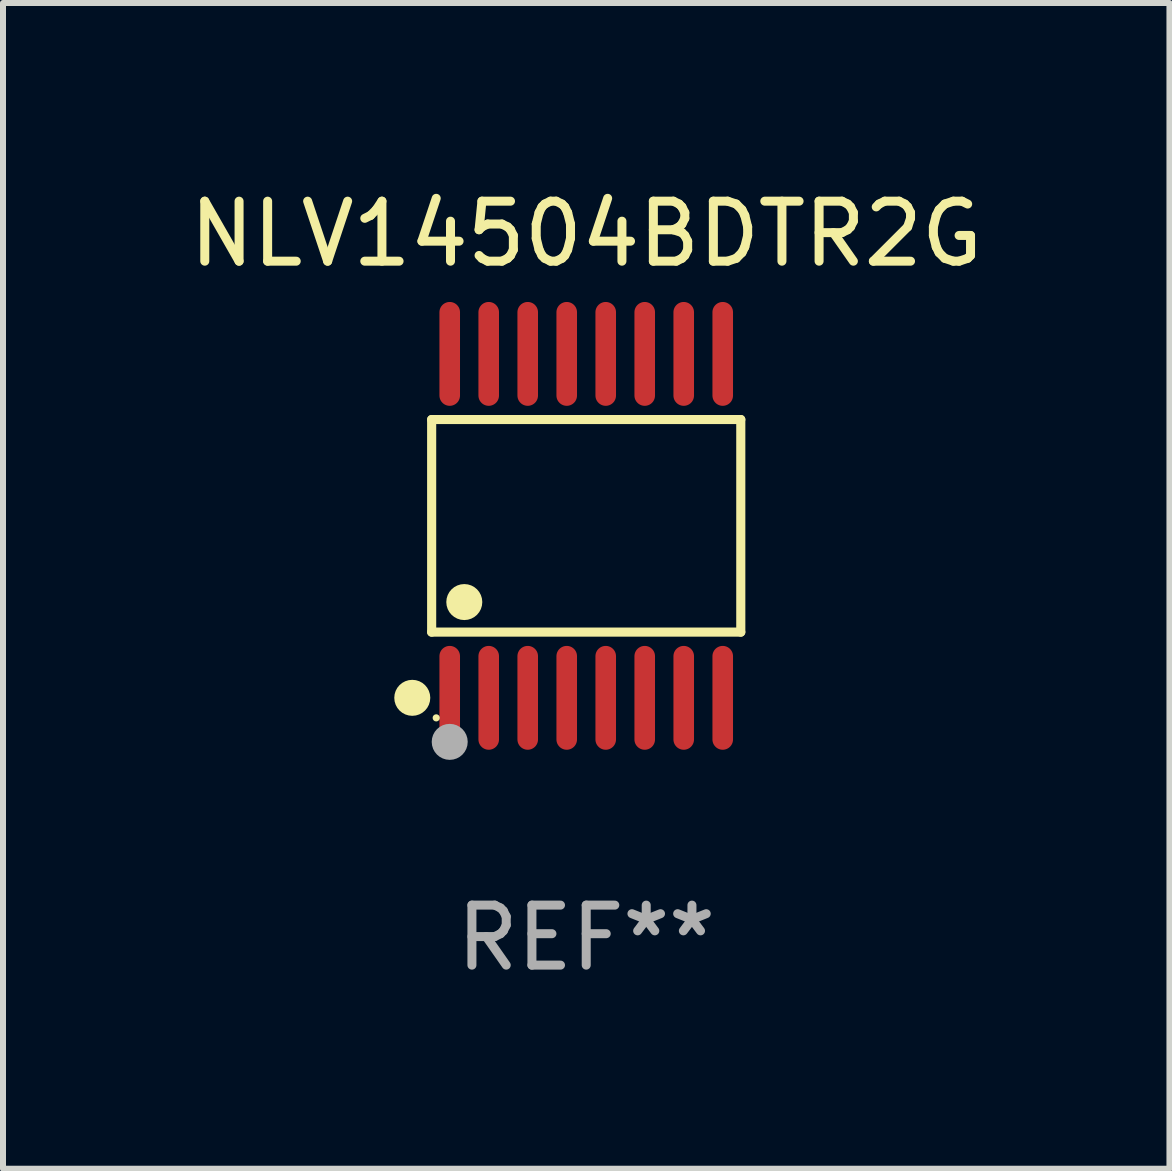
<source format=kicad_pcb>
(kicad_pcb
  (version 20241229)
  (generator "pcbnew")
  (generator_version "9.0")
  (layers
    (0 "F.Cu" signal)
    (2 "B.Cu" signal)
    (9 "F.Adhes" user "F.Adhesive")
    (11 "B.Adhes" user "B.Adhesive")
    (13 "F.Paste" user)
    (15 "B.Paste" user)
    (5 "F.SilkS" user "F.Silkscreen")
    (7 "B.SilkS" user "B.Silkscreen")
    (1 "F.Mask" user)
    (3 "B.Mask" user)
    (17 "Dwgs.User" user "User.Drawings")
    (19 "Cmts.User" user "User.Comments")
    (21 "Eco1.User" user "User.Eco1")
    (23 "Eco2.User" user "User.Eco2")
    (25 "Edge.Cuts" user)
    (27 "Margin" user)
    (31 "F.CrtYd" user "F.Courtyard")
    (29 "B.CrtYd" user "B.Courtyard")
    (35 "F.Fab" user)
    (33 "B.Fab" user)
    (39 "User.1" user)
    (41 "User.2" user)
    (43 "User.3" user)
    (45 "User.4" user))
  (footprint "NLV14504BDTR2G"
    (layer "F.Cu")
    (at 6.72 5.714)
    (property "Reference" "NLV14504BDTR2G" (at 0 -4.866 0) (layer "F.SilkS") (effects (font (size 1 1) (thickness 0.15))))
    (attr through_hole)
    (fp_line (start -2.576 -1.772) (end 2.576 -1.772) (stroke (width 0.152) (type solid)) (layer "F.SilkS"))
    (fp_line (start -2.576 1.771) (end -2.576 -1.772) (stroke (width 0.152) (type solid)) (layer "F.SilkS"))
    (fp_line (start 2.576 -1.772) (end 2.576 1.771) (stroke (width 0.152) (type solid)) (layer "F.SilkS"))
    (fp_line (start 2.576 1.771) (end -2.576 1.771) (stroke (width 0.152) (type solid)) (layer "F.SilkS"))
    (fp_circle (center -2.899 2.866) (end -2.749 2.866) (stroke (width 0.3) (type solid)) (fill no) (layer "F.SilkS"))
    (fp_circle (center -2.5 3.2) (end -2.47 3.2) (stroke (width 0.06) (type solid)) (fill no) (layer "F.SilkS"))
    (fp_circle (center -2.032 1.27) (end -1.882 1.27) (stroke (width 0.3) (type solid)) (fill no) (layer "F.SilkS"))
    (fp_circle (center -2.275 3.6) (end -2.125 3.6) (stroke (width 0.3) (type solid)) (fill no) (layer "F.Fab"))
    (fp_text user "REF**" (at 0 6.866 0) (layer "F.Fab") (effects (font (size 1 1) (thickness 0.15))))
    (pad "1" smd oval (at -2.275 2.866) (size 0.343 1.731) (layers "F.Cu" "F.Mask" "F.Paste"))
    (pad "2" smd oval (at -1.625 2.866) (size 0.343 1.731) (layers "F.Cu" "F.Mask" "F.Paste"))
    (pad "3" smd oval (at -0.975 2.866) (size 0.343 1.731) (layers "F.Cu" "F.Mask" "F.Paste"))
    (pad "4" smd oval (at -0.325 2.866) (size 0.343 1.731) (layers "F.Cu" "F.Mask" "F.Paste"))
    (pad "5" smd oval (at 0.325 2.866) (size 0.343 1.731) (layers "F.Cu" "F.Mask" "F.Paste"))
    (pad "6" smd oval (at 0.975 2.866) (size 0.343 1.731) (layers "F.Cu" "F.Mask" "F.Paste"))
    (pad "7" smd oval (at 1.625 2.866) (size 0.343 1.731) (layers "F.Cu" "F.Mask" "F.Paste"))
    (pad "8" smd oval (at 2.275 2.866) (size 0.343 1.731) (layers "F.Cu" "F.Mask" "F.Paste"))
    (pad "9" smd oval (at 2.275 -2.866) (size 0.343 1.731) (layers "F.Cu" "F.Mask" "F.Paste"))
    (pad "10" smd oval (at 1.625 -2.866) (size 0.343 1.731) (layers "F.Cu" "F.Mask" "F.Paste"))
    (pad "11" smd oval (at 0.975 -2.866) (size 0.343 1.731) (layers "F.Cu" "F.Mask" "F.Paste"))
    (pad "12" smd oval (at 0.325 -2.866) (size 0.343 1.731) (layers "F.Cu" "F.Mask" "F.Paste"))
    (pad "13" smd oval (at -0.325 -2.866) (size 0.343 1.731) (layers "F.Cu" "F.Mask" "F.Paste"))
    (pad "14" smd oval (at -0.975 -2.866) (size 0.343 1.731) (layers "F.Cu" "F.Mask" "F.Paste"))
    (pad "15" smd oval (at -1.625 -2.866) (size 0.343 1.731) (layers "F.Cu" "F.Mask" "F.Paste"))
    (pad "16" smd oval (at -2.275 -2.866) (size 0.343 1.731) (layers "F.Cu" "F.Mask" "F.Paste")))
  (gr_rect
    (start -3 -3)
    (end 16.44 16.428)
    (stroke (width 0.1) (type default))
    (fill no)
    (layer "Edge.Cuts")))
</source>
